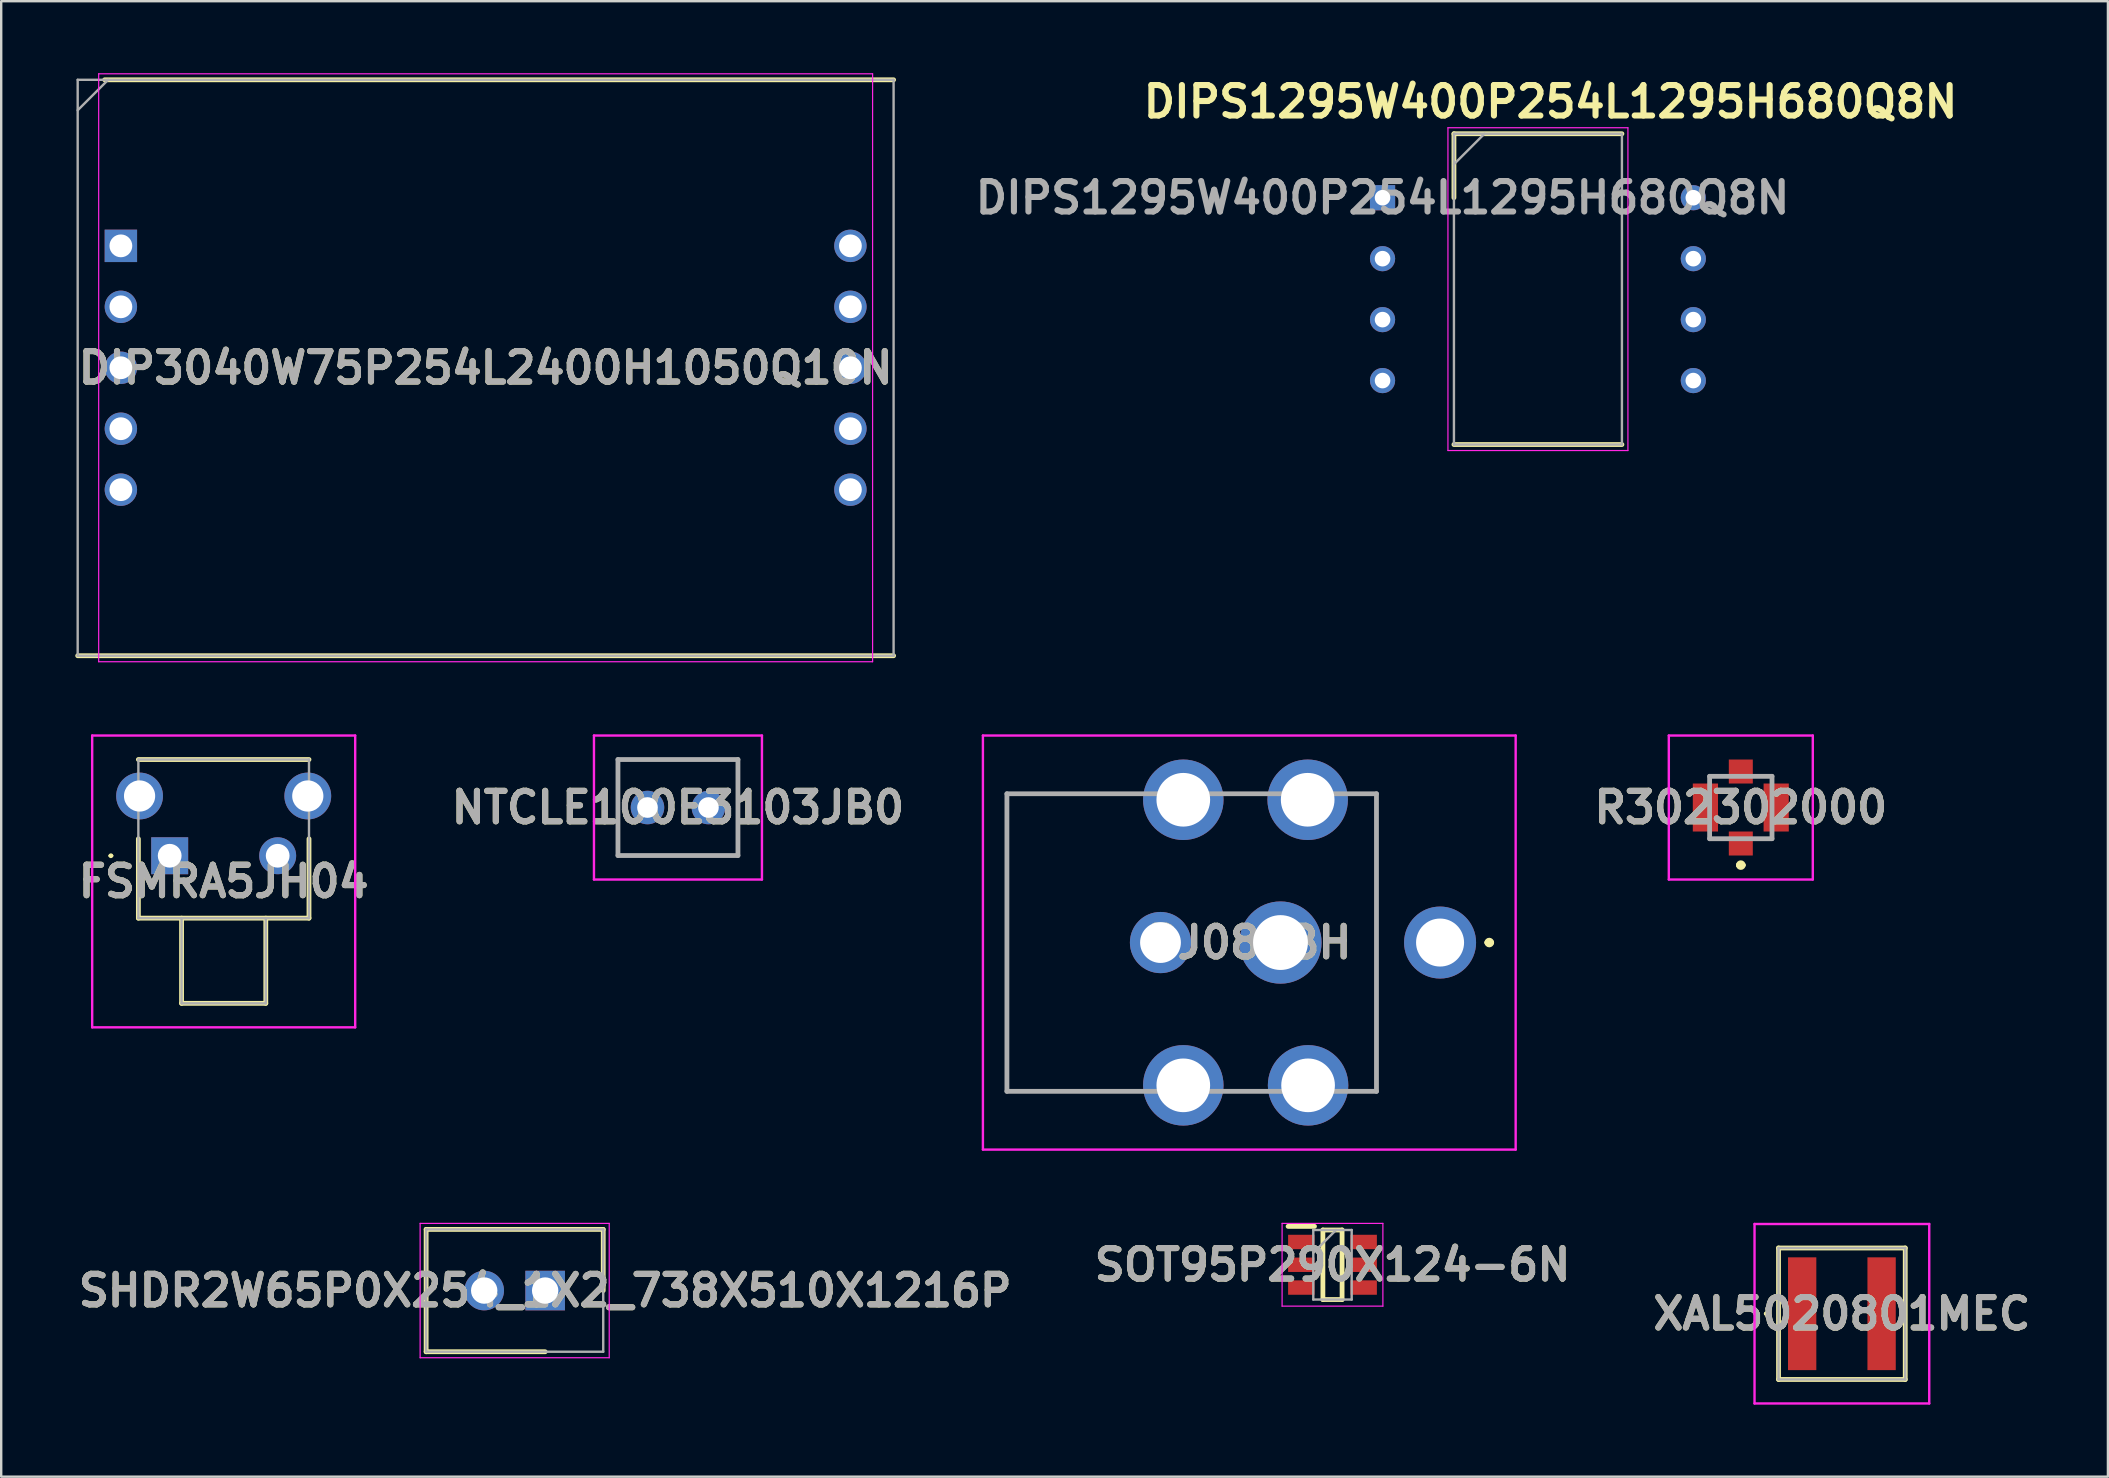
<source format=kicad_pcb>
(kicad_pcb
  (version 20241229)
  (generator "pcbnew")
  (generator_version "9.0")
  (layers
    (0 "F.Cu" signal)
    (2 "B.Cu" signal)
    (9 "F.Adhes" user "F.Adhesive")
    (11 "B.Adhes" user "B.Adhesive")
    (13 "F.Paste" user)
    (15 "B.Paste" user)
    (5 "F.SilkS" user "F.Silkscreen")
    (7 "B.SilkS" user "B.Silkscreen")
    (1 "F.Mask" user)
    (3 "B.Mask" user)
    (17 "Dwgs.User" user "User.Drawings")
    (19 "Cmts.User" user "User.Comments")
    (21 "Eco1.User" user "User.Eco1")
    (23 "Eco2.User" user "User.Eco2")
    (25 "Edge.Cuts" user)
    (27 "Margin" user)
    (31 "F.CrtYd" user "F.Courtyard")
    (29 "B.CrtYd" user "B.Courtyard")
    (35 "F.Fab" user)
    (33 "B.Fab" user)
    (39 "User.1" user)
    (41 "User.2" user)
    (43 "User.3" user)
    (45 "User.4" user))
  (footprint "DIP3040W75P254L2400H1050Q10N"
    (layer "F.Cu")
    (at 17.187 12.275)
    (property "Reference" "DIP3040W75P254L2400H1050Q10N" (at 0 0 0) (layer "F.SilkS") (effects (font (size 1.27 1.27) (thickness 0.254))))
    (attr through_hole)
    (fp_line (start -17 12) (end 17 12) (stroke (width 0.2) (type solid)) (layer "F.SilkS"))
    (fp_line (start -15.875 -12) (end 17 -12) (stroke (width 0.2) (type solid)) (layer "F.SilkS"))
    (fp_line (start -16.125 -12.25) (end 16.125 -12.25) (stroke (width 0.05) (type solid)) (layer "F.CrtYd"))
    (fp_line (start -16.125 12.25) (end -16.125 -12.25) (stroke (width 0.05) (type solid)) (layer "F.CrtYd"))
    (fp_line (start 16.125 -12.25) (end 16.125 12.25) (stroke (width 0.05) (type solid)) (layer "F.CrtYd"))
    (fp_line (start 16.125 12.25) (end -16.125 12.25) (stroke (width 0.05) (type solid)) (layer "F.CrtYd"))
    (fp_line (start -17 -12) (end 17 -12) (stroke (width 0.1) (type solid)) (layer "F.Fab"))
    (fp_line (start -17 -10.73) (end -15.73 -12) (stroke (width 0.1) (type solid)) (layer "F.Fab"))
    (fp_line (start -17 12) (end -17 -12) (stroke (width 0.1) (type solid)) (layer "F.Fab"))
    (fp_line (start 17 -12) (end 17 12) (stroke (width 0.1) (type solid)) (layer "F.Fab"))
    (fp_line (start 17 12) (end -17 12) (stroke (width 0.1) (type solid)) (layer "F.Fab"))
    (fp_text user "${REFERENCE}" (at 0 0 0) (layer "F.Fab") (effects (font (size 1.27 1.27) (thickness 0.254))))
    (pad "1" thru_hole rect (at -15.2 -5.08) (size 1.35 1.35) (drill 0.95) (layers "*.Cu" "*.Mask"))
    (pad "2" thru_hole circle (at -15.2 -2.54) (size 1.35 1.35) (drill 0.95) (layers "*.Cu" "*.Mask"))
    (pad "3" thru_hole circle (at -15.2 0) (size 1.35 1.35) (drill 0.95) (layers "*.Cu" "*.Mask"))
    (pad "4" thru_hole circle (at -15.2 2.54) (size 1.35 1.35) (drill 0.95) (layers "*.Cu" "*.Mask"))
    (pad "5" thru_hole circle (at -15.2 5.08) (size 1.35 1.35) (drill 0.95) (layers "*.Cu" "*.Mask"))
    (pad "6" thru_hole circle (at 15.2 5.08) (size 1.35 1.35) (drill 0.95) (layers "*.Cu" "*.Mask"))
    (pad "7" thru_hole circle (at 15.2 2.54) (size 1.35 1.35) (drill 0.95) (layers "*.Cu" "*.Mask"))
    (pad "8" thru_hole circle (at 15.2 0) (size 1.35 1.35) (drill 0.95) (layers "*.Cu" "*.Mask"))
    (pad "9" thru_hole circle (at 15.2 -2.54) (size 1.35 1.35) (drill 0.95) (layers "*.Cu" "*.Mask"))
    (pad "10" thru_hole circle (at 15.2 -5.08) (size 1.35 1.35) (drill 0.95) (layers "*.Cu" "*.Mask")))
  (footprint "SOT95P290X124-6N"
    (layer "F.Cu")
    (at 52.476 49.654)
    (property "Reference" "SOT95P290X124-6N" (at 0 0 0) (layer "F.SilkS") (effects (font (size 1.27 1.27) (thickness 0.254))))
    (attr smd)
    (fp_line (start -1.85 -1.6) (end -0.75 -1.6) (stroke (width 0.2) (type solid)) (layer "F.SilkS"))
    (fp_line (start -0.4 -1.45) (end 0.4 -1.45) (stroke (width 0.2) (type solid)) (layer "F.SilkS"))
    (fp_line (start -0.4 1.45) (end -0.4 -1.45) (stroke (width 0.2) (type solid)) (layer "F.SilkS"))
    (fp_line (start 0.4 -1.45) (end 0.4 1.45) (stroke (width 0.2) (type solid)) (layer "F.SilkS"))
    (fp_line (start 0.4 1.45) (end -0.4 1.45) (stroke (width 0.2) (type solid)) (layer "F.SilkS"))
    (fp_line (start -2.1 -1.725) (end 2.1 -1.725) (stroke (width 0.05) (type solid)) (layer "F.CrtYd"))
    (fp_line (start -2.1 1.725) (end -2.1 -1.725) (stroke (width 0.05) (type solid)) (layer "F.CrtYd"))
    (fp_line (start 2.1 -1.725) (end 2.1 1.725) (stroke (width 0.05) (type solid)) (layer "F.CrtYd"))
    (fp_line (start 2.1 1.725) (end -2.1 1.725) (stroke (width 0.05) (type solid)) (layer "F.CrtYd"))
    (fp_line (start -0.8 -1.45) (end 0.8 -1.45) (stroke (width 0.1) (type solid)) (layer "F.Fab"))
    (fp_line (start -0.8 -0.5) (end 0.15 -1.45) (stroke (width 0.1) (type solid)) (layer "F.Fab"))
    (fp_line (start -0.8 1.45) (end -0.8 -1.45) (stroke (width 0.1) (type solid)) (layer "F.Fab"))
    (fp_line (start 0.8 -1.45) (end 0.8 1.45) (stroke (width 0.1) (type solid)) (layer "F.Fab"))
    (fp_line (start 0.8 1.45) (end -0.8 1.45) (stroke (width 0.1) (type solid)) (layer "F.Fab"))
    (fp_text user "${REFERENCE}" (at 0 0 0) (layer "F.Fab") (effects (font (size 1.27 1.27) (thickness 0.254))))
    (pad "1" smd rect (at -1.3 -0.95 90) (size 0.6 1.1) (layers "F.Cu" "F.Mask" "F.Paste"))
    (pad "2" smd rect (at -1.3 0 90) (size 0.6 1.1) (layers "F.Cu" "F.Mask" "F.Paste"))
    (pad "3" smd rect (at -1.3 0.95 90) (size 0.6 1.1) (layers "F.Cu" "F.Mask" "F.Paste"))
    (pad "4" smd rect (at 1.3 0.95 90) (size 0.6 1.1) (layers "F.Cu" "F.Mask" "F.Paste"))
    (pad "5" smd rect (at 1.3 0 90) (size 0.6 1.1) (layers "F.Cu" "F.Mask" "F.Paste"))
    (pad "6" smd rect (at 1.3 -0.95 90) (size 0.6 1.1) (layers "F.Cu" "F.Mask" "F.Paste")))
  (footprint "R302302000"
    (layer "F.Cu")
    (at 69.491 30.6)
    (property "Reference" "R302302000" (at 0 0 0) (layer "F.SilkS") (effects (font (size 1.27 1.27) (thickness 0.254))))
    (attr smd)
    (fp_line (start -1.3 -1.3) (end -1.3 -1.2) (stroke (width 0.1) (type solid)) (layer "F.SilkS"))
    (fp_line (start -1.3 1.2) (end -1.3 1.3) (stroke (width 0.1) (type solid)) (layer "F.SilkS"))
    (fp_line (start -1.3 1.3) (end -0.7 1.3) (stroke (width 0.1) (type solid)) (layer "F.SilkS"))
    (fp_line (start -0.7 -1.3) (end -1.3 -1.3) (stroke (width 0.1) (type solid)) (layer "F.SilkS"))
    (fp_line (start -0.1 2.4) (end -0.1 2.4) (stroke (width 0.2) (type solid)) (layer "F.SilkS"))
    (fp_line (start 0.1 2.4) (end 0.1 2.4) (stroke (width 0.2) (type solid)) (layer "F.SilkS"))
    (fp_line (start 0.7 -1.3) (end 1.3 -1.3) (stroke (width 0.1) (type solid)) (layer "F.SilkS"))
    (fp_line (start 0.7 1.3) (end 1.3 1.3) (stroke (width 0.1) (type solid)) (layer "F.SilkS"))
    (fp_line (start 1.3 -1.3) (end 1.3 -1.2) (stroke (width 0.1) (type solid)) (layer "F.SilkS"))
    (fp_line (start 1.3 1.3) (end 1.3 1.2) (stroke (width 0.1) (type solid)) (layer "F.SilkS"))
    (fp_arc (start -0.1 2.4) (mid 0 2.3) (end 0.1 2.4) (stroke (width 0.2) (type solid)) (layer "F.SilkS"))
    (fp_arc (start 0.1 2.4) (mid 0 2.5) (end -0.1 2.4) (stroke (width 0.2) (type solid)) (layer "F.SilkS"))
    (fp_line (start -3 -3) (end 3 -3) (stroke (width 0.1) (type solid)) (layer "F.CrtYd"))
    (fp_line (start -3 3) (end -3 -3) (stroke (width 0.1) (type solid)) (layer "F.CrtYd"))
    (fp_line (start 3 -3) (end 3 3) (stroke (width 0.1) (type solid)) (layer "F.CrtYd"))
    (fp_line (start 3 3) (end -3 3) (stroke (width 0.1) (type solid)) (layer "F.CrtYd"))
    (fp_line (start -1.3 -1.3) (end 1.3 -1.3) (stroke (width 0.2) (type solid)) (layer "F.Fab"))
    (fp_line (start -1.3 1.3) (end -1.3 -1.3) (stroke (width 0.2) (type solid)) (layer "F.Fab"))
    (fp_line (start 1.3 -1.3) (end 1.3 1.3) (stroke (width 0.2) (type solid)) (layer "F.Fab"))
    (fp_line (start 1.3 1.3) (end -1.3 1.3) (stroke (width 0.2) (type solid)) (layer "F.Fab"))
    (fp_text user "${REFERENCE}" (at 0 0 0) (layer "F.Fab") (effects (font (size 1.27 1.27) (thickness 0.254))))
    (pad "1" smd rect (at 0 1.5) (size 1 1) (layers "F.Cu" "F.Mask" "F.Paste"))
    (pad "2" smd rect (at 1.475 0) (size 1.05 2) (layers "F.Cu" "F.Mask" "F.Paste"))
    (pad "3" smd rect (at 0 -1.5) (size 1 1) (layers "F.Cu" "F.Mask" "F.Paste"))
    (pad "4" smd rect (at -1.475 0) (size 1.05 2) (layers "F.Cu" "F.Mask" "F.Paste")))
  (footprint "PJ080BH"
    (layer "F.Cu")
    (at 49.009 36.227)
    (property "Reference" "PJ080BH" (at 0 0 0) (layer "F.SilkS") (effects (font (size 1.27 1.27) (thickness 0.254))))
    (attr through_hole)
    (fp_line (start -10.1 -6.2) (end -10.1 6.182) (stroke (width 0.1) (type solid)) (layer "F.SilkS"))
    (fp_line (start -10.1 6.182) (end -4.9 6.182) (stroke (width 0.1) (type solid)) (layer "F.SilkS"))
    (fp_line (start -4.8 -6.2) (end -10.1 -6.2) (stroke (width 0.1) (type solid)) (layer "F.SilkS"))
    (fp_line (start 4.6 6.182) (end 5.3 6.182) (stroke (width 0.1) (type solid)) (layer "F.SilkS"))
    (fp_line (start 5.3 -6.2) (end 4.5 -6.2) (stroke (width 0.1) (type solid)) (layer "F.SilkS"))
    (fp_line (start 5.3 6.182) (end 5.3 -6.2) (stroke (width 0.1) (type solid)) (layer "F.SilkS"))
    (fp_line (start 9.9 0) (end 9.9 0) (stroke (width 0.2) (type solid)) (layer "F.SilkS"))
    (fp_line (start 10.1 0) (end 10.1 0) (stroke (width 0.2) (type solid)) (layer "F.SilkS"))
    (fp_arc (start 9.9 0) (mid 10 -0.1) (end 10.1 0) (stroke (width 0.2) (type solid)) (layer "F.SilkS"))
    (fp_arc (start 10.1 0) (mid 10 0.1) (end 9.9 0) (stroke (width 0.2) (type solid)) (layer "F.SilkS"))
    (fp_line (start -11.1 -8.627) (end 11.1 -8.627) (stroke (width 0.1) (type solid)) (layer "F.CrtYd"))
    (fp_line (start -11.1 8.627) (end -11.1 -8.627) (stroke (width 0.1) (type solid)) (layer "F.CrtYd"))
    (fp_line (start 11.1 -8.627) (end 11.1 8.627) (stroke (width 0.1) (type solid)) (layer "F.CrtYd"))
    (fp_line (start 11.1 8.627) (end -11.1 8.627) (stroke (width 0.1) (type solid)) (layer "F.CrtYd"))
    (fp_line (start -10.1 -6.2) (end -10.1 6.2) (stroke (width 0.2) (type solid)) (layer "F.Fab"))
    (fp_line (start -10.1 6.2) (end 5.3 6.2) (stroke (width 0.2) (type solid)) (layer "F.Fab"))
    (fp_line (start 5.3 -6.2) (end -10.1 -6.2) (stroke (width 0.2) (type solid)) (layer "F.Fab"))
    (fp_line (start 5.3 6.2) (end 5.3 -6.2) (stroke (width 0.2) (type solid)) (layer "F.Fab"))
    (fp_text user "${REFERENCE}" (at 0 0 0) (layer "F.Fab") (effects (font (size 1.27 1.27) (thickness 0.254))))
    (pad "1" thru_hole circle (at 7.95 0) (size 3 3) (drill 2) (layers "*.Cu" "*.Mask"))
    (pad "2" thru_hole circle (at 1.3 0) (size 3.427 3.427) (drill 2.285) (layers "*.Cu" "*.Mask"))
    (pad "3" thru_hole circle (at -2.75 5.95) (size 3.354 3.354) (drill 2.236) (layers "*.Cu" "*.Mask"))
    (pad "4" thru_hole circle (at 2.45 5.95) (size 3.354 3.354) (drill 2.236) (layers "*.Cu" "*.Mask"))
    (pad "5" thru_hole circle (at 2.433 -5.95) (size 3.354 3.354) (drill 2.236) (layers "*.Cu" "*.Mask"))
    (pad "6" thru_hole circle (at -2.75 -5.95) (size 3.354 3.354) (drill 2.236) (layers "*.Cu" "*.Mask"))
    (pad "7" thru_hole circle (at -3.7 0) (size 2.55 2.55) (drill 1.7) (layers "*.Cu" "*.Mask")))
  (footprint "FSMRA5JH04"
    (layer "F.Cu")
    (at 4.021 32.61)
    (property "Reference" "FSMRA5JH04" (at 2.25 1.07 0) (layer "F.SilkS") (effects (font (size 1.27 1.27) (thickness 0.254))))
    (attr through_hole)
    (fp_line (start -2.5 0) (end -2.5 0) (stroke (width 0.1) (type solid)) (layer "F.SilkS"))
    (fp_line (start -2.4 0) (end -2.4 0) (stroke (width 0.1) (type solid)) (layer "F.SilkS"))
    (fp_line (start -1.305 -0.705) (end -1.305 2.6) (stroke (width 0.2) (type solid)) (layer "F.SilkS"))
    (fp_line (start -1.305 2.6) (end 5.805 2.6) (stroke (width 0.2) (type solid)) (layer "F.SilkS"))
    (fp_line (start 0.495 2.6) (end 0.495 6.15) (stroke (width 0.2) (type solid)) (layer "F.SilkS"))
    (fp_line (start 0.495 6.15) (end 4.005 6.15) (stroke (width 0.2) (type solid)) (layer "F.SilkS"))
    (fp_line (start 4.005 6.15) (end 4.005 2.6) (stroke (width 0.2) (type solid)) (layer "F.SilkS"))
    (fp_line (start 5.805 -4.01) (end -1.305 -4.01) (stroke (width 0.2) (type solid)) (layer "F.SilkS"))
    (fp_line (start 5.805 2.6) (end 5.805 -0.705) (stroke (width 0.2) (type solid)) (layer "F.SilkS"))
    (fp_arc (start -2.5 0) (mid -2.45 -0.05) (end -2.4 0) (stroke (width 0.1) (type solid)) (layer "F.SilkS"))
    (fp_arc (start -2.4 0) (mid -2.45 0.05) (end -2.5 0) (stroke (width 0.1) (type solid)) (layer "F.SilkS"))
    (fp_line (start -3.23 -5.01) (end 7.73 -5.01) (stroke (width 0.1) (type solid)) (layer "F.CrtYd"))
    (fp_line (start -3.23 7.15) (end -3.23 -5.01) (stroke (width 0.1) (type solid)) (layer "F.CrtYd"))
    (fp_line (start 7.73 -5.01) (end 7.73 7.15) (stroke (width 0.1) (type solid)) (layer "F.CrtYd"))
    (fp_line (start 7.73 7.15) (end -3.23 7.15) (stroke (width 0.1) (type solid)) (layer "F.CrtYd"))
    (fp_line (start -1.305 -4.01) (end 5.805 -4.01) (stroke (width 0.1) (type solid)) (layer "F.Fab"))
    (fp_line (start -1.305 2.6) (end -1.305 -4.01) (stroke (width 0.1) (type solid)) (layer "F.Fab"))
    (fp_line (start 0.495 2.6) (end 0.495 6.15) (stroke (width 0.1) (type solid)) (layer "F.Fab"))
    (fp_line (start 0.495 6.15) (end 4.005 6.15) (stroke (width 0.1) (type solid)) (layer "F.Fab"))
    (fp_line (start 4.005 6.15) (end 4.005 2.6) (stroke (width 0.1) (type solid)) (layer "F.Fab"))
    (fp_line (start 5.805 -4.01) (end 5.805 2.6) (stroke (width 0.1) (type solid)) (layer "F.Fab"))
    (fp_line (start 5.805 2.6) (end -1.305 2.6) (stroke (width 0.1) (type solid)) (layer "F.Fab"))
    (fp_text user "${REFERENCE}" (at 2.25 1.07 0) (layer "F.Fab") (effects (font (size 1.27 1.27) (thickness 0.254))))
    (pad "1" thru_hole rect (at 0 0) (size 1.54 1.54) (drill 0.99) (layers "*.Cu" "*.Mask"))
    (pad "2" thru_hole circle (at 4.5 0) (size 1.54 1.54) (drill 0.99) (layers "*.Cu" "*.Mask"))
    (pad "MH1" thru_hole circle (at -1.255 -2.49) (size 1.95 1.95) (drill 1.3) (layers "*.Cu" "*.Mask"))
    (pad "MH2" thru_hole circle (at 5.755 -2.49) (size 1.95 1.95) (drill 1.3) (layers "*.Cu" "*.Mask")))
  (footprint "XAL5020801MEC"
    (layer "F.Cu")
    (at 73.703 51.694)
    (property "Reference" "XAL5020801MEC" (at 0 0 0) (layer "F.SilkS") (effects (font (size 1.27 1.27) (thickness 0.254))))
    (attr smd)
    (fp_line (start -3.2 0) (end -3.2 0) (stroke (width 0.1) (type solid)) (layer "F.SilkS"))
    (fp_line (start -3.1 0) (end -3.1 0) (stroke (width 0.1) (type solid)) (layer "F.SilkS"))
    (fp_line (start -2.64 -2.74) (end 2.64 -2.74) (stroke (width 0.2) (type solid)) (layer "F.SilkS"))
    (fp_line (start -2.64 2.74) (end -2.64 -2.74) (stroke (width 0.2) (type solid)) (layer "F.SilkS"))
    (fp_line (start 2.64 -2.74) (end 2.64 2.74) (stroke (width 0.2) (type solid)) (layer "F.SilkS"))
    (fp_line (start 2.64 2.74) (end -2.64 2.74) (stroke (width 0.2) (type solid)) (layer "F.SilkS"))
    (fp_arc (start -3.2 0) (mid -3.15 -0.05) (end -3.1 0) (stroke (width 0.1) (type solid)) (layer "F.SilkS"))
    (fp_arc (start -3.1 0) (mid -3.15 0.05) (end -3.2 0) (stroke (width 0.1) (type solid)) (layer "F.SilkS"))
    (fp_line (start -3.64 -3.74) (end 3.64 -3.74) (stroke (width 0.1) (type solid)) (layer "F.CrtYd"))
    (fp_line (start -3.64 3.74) (end -3.64 -3.74) (stroke (width 0.1) (type solid)) (layer "F.CrtYd"))
    (fp_line (start 3.64 -3.74) (end 3.64 3.74) (stroke (width 0.1) (type solid)) (layer "F.CrtYd"))
    (fp_line (start 3.64 3.74) (end -3.64 3.74) (stroke (width 0.1) (type solid)) (layer "F.CrtYd"))
    (fp_line (start -2.64 -2.74) (end 2.64 -2.74) (stroke (width 0.1) (type solid)) (layer "F.Fab"))
    (fp_line (start -2.64 2.74) (end -2.64 -2.74) (stroke (width 0.1) (type solid)) (layer "F.Fab"))
    (fp_line (start 2.64 -2.74) (end 2.64 2.74) (stroke (width 0.1) (type solid)) (layer "F.Fab"))
    (fp_line (start 2.64 2.74) (end -2.64 2.74) (stroke (width 0.1) (type solid)) (layer "F.Fab"))
    (fp_text user "${REFERENCE}" (at 0 0 0) (layer "F.Fab") (effects (font (size 1.27 1.27) (thickness 0.254))))
    (pad "1" smd rect (at -1.655 0) (size 1.18 4.7) (layers "F.Cu" "F.Mask" "F.Paste"))
    (pad "2" smd rect (at 1.655 0) (size 1.18 4.7) (layers "F.Cu" "F.Mask" "F.Paste")))
  (footprint "NTCLE100E3103JB0"
    (layer "F.Cu")
    (at 23.931 30.6)
    (property "Reference" "NTCLE100E3103JB0" (at 1.27 0 0) (layer "F.SilkS") (effects (font (size 1.27 1.27) (thickness 0.254))))
    (attr through_hole)
    (fp_line (start -1.23 -2) (end 3.77 -2) (stroke (width 0.1) (type solid)) (layer "F.SilkS"))
    (fp_line (start -1.23 2) (end -1.23 -2) (stroke (width 0.1) (type solid)) (layer "F.SilkS"))
    (fp_line (start 3.77 -2) (end 3.77 2) (stroke (width 0.1) (type solid)) (layer "F.SilkS"))
    (fp_line (start 3.77 2) (end -1.23 2) (stroke (width 0.1) (type solid)) (layer "F.SilkS"))
    (fp_line (start -2.23 -3) (end 4.77 -3) (stroke (width 0.1) (type solid)) (layer "F.CrtYd"))
    (fp_line (start -2.23 3) (end -2.23 -3) (stroke (width 0.1) (type solid)) (layer "F.CrtYd"))
    (fp_line (start 4.77 -3) (end 4.77 3) (stroke (width 0.1) (type solid)) (layer "F.CrtYd"))
    (fp_line (start 4.77 3) (end -2.23 3) (stroke (width 0.1) (type solid)) (layer "F.CrtYd"))
    (fp_line (start -1.23 -2) (end -1.23 2) (stroke (width 0.2) (type solid)) (layer "F.Fab"))
    (fp_line (start -1.23 2) (end 3.77 2) (stroke (width 0.2) (type solid)) (layer "F.Fab"))
    (fp_line (start 3.77 -2) (end -1.23 -2) (stroke (width 0.2) (type solid)) (layer "F.Fab"))
    (fp_line (start 3.77 2) (end 3.77 -2) (stroke (width 0.2) (type solid)) (layer "F.Fab"))
    (fp_text user "${REFERENCE}" (at 1.27 0 0) (layer "F.Fab") (effects (font (size 1.27 1.27) (thickness 0.254))))
    (pad "1" thru_hole circle (at 0 0) (size 1.397 1.397) (drill 0.86) (layers "*.Cu" "*.Mask"))
    (pad "2" thru_hole circle (at 2.54 0) (size 1.397 1.397) (drill 0.86) (layers "*.Cu" "*.Mask")))
  (footprint "DIPS1295W400P254L1295H680Q8N"
    (layer "F.Cu")
    (at 54.562 5.189)
    (property "Reference" "DIPS1295W400P254L1295H680Q8N" (at 7 -4 0) (layer "F.SilkS") (effects (font (size 1.27 1.27) (thickness 0.254))))
    (attr through_hole)
    (fp_line (start 2.975 -2.665) (end 2.975 0) (stroke (width 0.2) (type solid)) (layer "F.SilkS"))
    (fp_line (start 2.975 10.285) (end 9.975 10.285) (stroke (width 0.2) (type solid)) (layer "F.SilkS"))
    (fp_line (start 9.975 -2.665) (end 2.975 -2.665) (stroke (width 0.2) (type solid)) (layer "F.SilkS"))
    (fp_line (start 2.725 -2.915) (end 10.225 -2.915) (stroke (width 0.05) (type solid)) (layer "F.CrtYd"))
    (fp_line (start 2.725 10.535) (end 2.725 -2.915) (stroke (width 0.05) (type solid)) (layer "F.CrtYd"))
    (fp_line (start 10.225 -2.915) (end 10.225 10.535) (stroke (width 0.05) (type solid)) (layer "F.CrtYd"))
    (fp_line (start 10.225 10.535) (end 2.725 10.535) (stroke (width 0.05) (type solid)) (layer "F.CrtYd"))
    (fp_line (start 2.975 -2.665) (end 9.975 -2.665) (stroke (width 0.1) (type solid)) (layer "F.Fab"))
    (fp_line (start 2.975 -1.395) (end 4.245 -2.665) (stroke (width 0.1) (type solid)) (layer "F.Fab"))
    (fp_line (start 2.975 10.285) (end 2.975 -2.665) (stroke (width 0.1) (type solid)) (layer "F.Fab"))
    (fp_line (start 9.975 -2.665) (end 9.975 10.285) (stroke (width 0.1) (type solid)) (layer "F.Fab"))
    (fp_line (start 9.975 10.285) (end 2.975 10.285) (stroke (width 0.1) (type solid)) (layer "F.Fab"))
    (fp_text user "${REFERENCE}" (at 0 0 0) (layer "F.Fab") (effects (font (size 1.27 1.27) (thickness 0.254))))
    (pad "1" thru_hole rect (at 0 0) (size 1.05 1.05) (drill 0.65) (layers "*.Cu" "*.Mask"))
    (pad "2" thru_hole circle (at 0 2.54) (size 1.05 1.05) (drill 0.65) (layers "*.Cu" "*.Mask"))
    (pad "3" thru_hole circle (at 0 5.08) (size 1.05 1.05) (drill 0.65) (layers "*.Cu" "*.Mask"))
    (pad "4" thru_hole circle (at 0 7.62) (size 1.05 1.05) (drill 0.65) (layers "*.Cu" "*.Mask"))
    (pad "5" thru_hole circle (at 12.95 7.62) (size 1.05 1.05) (drill 0.65) (layers "*.Cu" "*.Mask"))
    (pad "6" thru_hole circle (at 12.95 5.08) (size 1.05 1.05) (drill 0.65) (layers "*.Cu" "*.Mask"))
    (pad "7" thru_hole circle (at 12.95 2.54) (size 1.05 1.05) (drill 0.65) (layers "*.Cu" "*.Mask"))
    (pad "8" thru_hole circle (at 12.95 0) (size 1.05 1.05) (drill 0.65) (layers "*.Cu" "*.Mask")))
  (footprint "SHDR2W65P0X254_1X2_738X510X1216P"
    (layer "F.Cu")
    (at 19.667 50.729)
    (property "Reference" "SHDR2W65P0X254_1X2_738X510X1216P" (at 0 0 0) (layer "F.SilkS") (effects (font (size 1.27 1.27) (thickness 0.254))))
    (attr through_hole)
    (fp_line (start -4.96 -2.55) (end 2.42 -2.55) (stroke (width 0.2) (type solid)) (layer "F.SilkS"))
    (fp_line (start -4.96 2.55) (end -4.96 -2.55) (stroke (width 0.2) (type solid)) (layer "F.SilkS"))
    (fp_line (start 0 2.55) (end -4.96 2.55) (stroke (width 0.2) (type solid)) (layer "F.SilkS"))
    (fp_line (start 2.42 -2.55) (end 2.42 0) (stroke (width 0.2) (type solid)) (layer "F.SilkS"))
    (fp_line (start -5.21 -2.8) (end 2.67 -2.8) (stroke (width 0.05) (type solid)) (layer "F.CrtYd"))
    (fp_line (start -5.21 2.8) (end -5.21 -2.8) (stroke (width 0.05) (type solid)) (layer "F.CrtYd"))
    (fp_line (start 2.67 -2.8) (end 2.67 2.8) (stroke (width 0.05) (type solid)) (layer "F.CrtYd"))
    (fp_line (start 2.67 2.8) (end -5.21 2.8) (stroke (width 0.05) (type solid)) (layer "F.CrtYd"))
    (fp_line (start -4.96 -2.55) (end 2.42 -2.55) (stroke (width 0.1) (type solid)) (layer "F.Fab"))
    (fp_line (start -4.96 2.55) (end -4.96 -2.55) (stroke (width 0.1) (type solid)) (layer "F.Fab"))
    (fp_line (start 2.42 -2.55) (end 2.42 2.55) (stroke (width 0.1) (type solid)) (layer "F.Fab"))
    (fp_line (start 2.42 2.55) (end -4.96 2.55) (stroke (width 0.1) (type solid)) (layer "F.Fab"))
    (fp_text user "${REFERENCE}" (at 0 0 0) (layer "F.Fab") (effects (font (size 1.27 1.27) (thickness 0.254))))
    (pad "1" thru_hole rect (at 0 0) (size 1.65 1.65) (drill 1.1) (layers "*.Cu" "*.Mask"))
    (pad "2" thru_hole circle (at -2.54 0) (size 1.65 1.65) (drill 1.1) (layers "*.Cu" "*.Mask")))
  (gr_rect
    (start -3 -3)
    (end 84.789 58.484)
    (stroke (width 0.1) (type default))
    (fill no)
    (layer "Edge.Cuts")))
</source>
